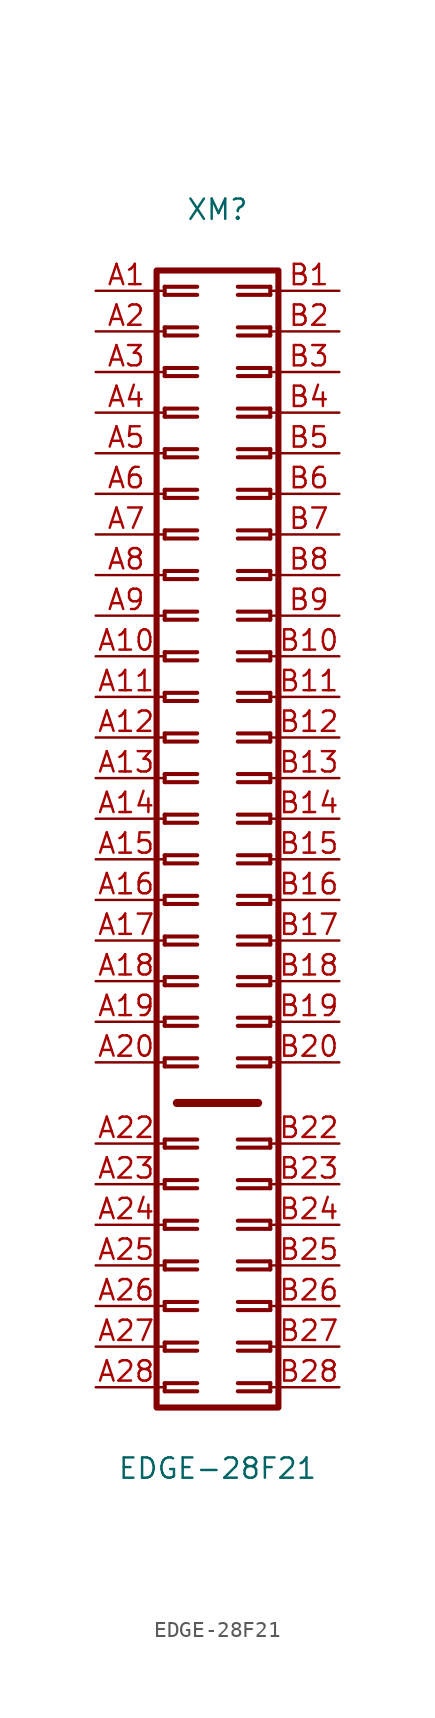
<source format=kicad_sym>
(kicad_symbol_lib
  (version 20231120)
  (generator "kicad_symbol_editor")
  (generator_version "8.0")
  (symbol "EDGE-28F21"
    (pin_names
      (offset 1.016))
    (property "Reference" "XM"
      (at 0 39.37 0)
      (effects (font (size 1.27 1.27))))
    (property "Value" "EDGE-28F21"
      (at 0 -39.37 0)
      (effects (font (size 1.27 1.27))))
    (symbol "EDGE-28F21_0_0"
      (polyline (pts (xy -2.54 -16.51) (xy 2.54 -16.51)) (stroke (width 0.508) (type default)) (fill (type none))))
    (symbol "EDGE-28F21_0_1"
      (rectangle (start -3.81 35.56) (end 3.81 -35.56) (stroke (width 0.381) (type default)) (fill (type none)))
      (polyline (pts (xy -3.81 -34.29) (xy -3.302 -34.29)) (stroke (width 0) (type default)) (fill (type none)))
      (polyline (pts (xy -3.81 -31.75) (xy -3.302 -31.75)) (stroke (width 0) (type default)) (fill (type none)))
      (polyline (pts (xy -3.81 -29.21) (xy -3.302 -29.21)) (stroke (width 0) (type default)) (fill (type none)))
      (polyline (pts (xy -3.81 -26.67) (xy -3.302 -26.67)) (stroke (width 0) (type default)) (fill (type none)))
      (polyline (pts (xy -3.81 -24.13) (xy -3.302 -24.13)) (stroke (width 0) (type default)) (fill (type none)))
      (polyline (pts (xy -3.81 -21.59) (xy -3.302 -21.59)) (stroke (width 0) (type default)) (fill (type none)))
      (polyline (pts (xy -3.81 -19.05) (xy -3.302 -19.05)) (stroke (width 0) (type default)) (fill (type none)))
      (polyline (pts (xy -3.81 -13.97) (xy -3.302 -13.97)) (stroke (width 0) (type default)) (fill (type none)))
      (polyline (pts (xy -3.81 -11.43) (xy -3.302 -11.43)) (stroke (width 0) (type default)) (fill (type none)))
      (polyline (pts (xy -3.81 -8.89) (xy -3.302 -8.89)) (stroke (width 0) (type default)) (fill (type none)))
      (polyline (pts (xy -3.81 -6.35) (xy -3.302 -6.35)) (stroke (width 0) (type default)) (fill (type none)))
      (polyline (pts (xy -3.81 -3.81) (xy -3.302 -3.81)) (stroke (width 0) (type default)) (fill (type none)))
      (polyline (pts (xy -3.81 -1.27) (xy -3.302 -1.27)) (stroke (width 0) (type default)) (fill (type none)))
      (polyline (pts (xy -3.81 1.27) (xy -3.302 1.27)) (stroke (width 0) (type default)) (fill (type none)))
      (polyline (pts (xy -3.81 3.81) (xy -3.302 3.81)) (stroke (width 0) (type default)) (fill (type none)))
      (polyline (pts (xy -3.81 6.35) (xy -3.302 6.35)) (stroke (width 0) (type default)) (fill (type none)))
      (polyline (pts (xy -3.81 8.89) (xy -3.302 8.89)) (stroke (width 0) (type default)) (fill (type none)))
      (polyline (pts (xy -3.81 11.43) (xy -3.302 11.43)) (stroke (width 0) (type default)) (fill (type none)))
      (polyline (pts (xy -3.81 13.97) (xy -3.302 13.97)) (stroke (width 0) (type default)) (fill (type none)))
      (polyline (pts (xy -3.81 16.51) (xy -3.302 16.51)) (stroke (width 0) (type default)) (fill (type none)))
      (polyline (pts (xy -3.81 19.05) (xy -3.302 19.05)) (stroke (width 0) (type default)) (fill (type none)))
      (polyline (pts (xy -3.81 21.59) (xy -3.302 21.59)) (stroke (width 0) (type default)) (fill (type none)))
      (polyline (pts (xy -3.81 24.13) (xy -3.302 24.13)) (stroke (width 0) (type default)) (fill (type none)))
      (polyline (pts (xy -3.81 26.67) (xy -3.302 26.67)) (stroke (width 0) (type default)) (fill (type none)))
      (polyline (pts (xy -3.81 29.21) (xy -3.302 29.21)) (stroke (width 0) (type default)) (fill (type none)))
      (polyline (pts (xy -3.81 31.75) (xy -3.302 31.75)) (stroke (width 0) (type default)) (fill (type none)))
      (polyline (pts (xy -3.81 34.29) (xy -3.302 34.29)) (stroke (width 0) (type default)) (fill (type none)))
      (polyline (pts (xy -3.302 -34.544) (xy -3.302 -34.036)) (stroke (width 0.254) (type default)) (fill (type none)))
      (polyline (pts (xy -3.302 -34.544) (xy -1.27 -34.544)) (stroke (width 0.254) (type default)) (fill (type none)))
      (polyline (pts (xy -3.302 -34.036) (xy -1.27 -34.036)) (stroke (width 0.254) (type default)) (fill (type none)))
      (polyline (pts (xy -3.302 -32.004) (xy -3.302 -31.496)) (stroke (width 0.254) (type default)) (fill (type none)))
      (polyline (pts (xy -3.302 -32.004) (xy -1.27 -32.004)) (stroke (width 0.254) (type default)) (fill (type none)))
      (polyline (pts (xy -3.302 -31.496) (xy -1.27 -31.496)) (stroke (width 0.254) (type default)) (fill (type none)))
      (polyline (pts (xy -3.302 -29.464) (xy -3.302 -28.956)) (stroke (width 0.254) (type default)) (fill (type none)))
      (polyline (pts (xy -3.302 -29.464) (xy -1.27 -29.464)) (stroke (width 0.254) (type default)) (fill (type none)))
      (polyline (pts (xy -3.302 -28.956) (xy -1.27 -28.956)) (stroke (width 0.254) (type default)) (fill (type none)))
      (polyline (pts (xy -3.302 -26.924) (xy -3.302 -26.416)) (stroke (width 0.254) (type default)) (fill (type none)))
      (polyline (pts (xy -3.302 -26.924) (xy -1.27 -26.924)) (stroke (width 0.254) (type default)) (fill (type none)))
      (polyline (pts (xy -3.302 -26.416) (xy -1.27 -26.416)) (stroke (width 0.254) (type default)) (fill (type none)))
      (polyline (pts (xy -3.302 -24.384) (xy -3.302 -23.876)) (stroke (width 0.254) (type default)) (fill (type none)))
      (polyline (pts (xy -3.302 -24.384) (xy -1.27 -24.384)) (stroke (width 0.254) (type default)) (fill (type none)))
      (polyline (pts (xy -3.302 -23.876) (xy -1.27 -23.876)) (stroke (width 0.254) (type default)) (fill (type none)))
      (polyline (pts (xy -3.302 -21.844) (xy -3.302 -21.336)) (stroke (width 0.254) (type default)) (fill (type none)))
      (polyline (pts (xy -3.302 -21.844) (xy -1.27 -21.844)) (stroke (width 0.254) (type default)) (fill (type none)))
      (polyline (pts (xy -3.302 -21.336) (xy -1.27 -21.336)) (stroke (width 0.254) (type default)) (fill (type none)))
      (polyline (pts (xy -3.302 -19.304) (xy -3.302 -18.796)) (stroke (width 0.254) (type default)) (fill (type none)))
      (polyline (pts (xy -3.302 -19.304) (xy -1.27 -19.304)) (stroke (width 0.254) (type default)) (fill (type none)))
      (polyline (pts (xy -3.302 -18.796) (xy -1.27 -18.796)) (stroke (width 0.254) (type default)) (fill (type none)))
      (polyline (pts (xy -3.302 -14.224) (xy -3.302 -13.716)) (stroke (width 0.254) (type default)) (fill (type none)))
      (polyline (pts (xy -3.302 -14.224) (xy -1.27 -14.224)) (stroke (width 0.254) (type default)) (fill (type none)))
      (polyline (pts (xy -3.302 -13.716) (xy -1.27 -13.716)) (stroke (width 0.254) (type default)) (fill (type none)))
      (polyline (pts (xy -3.302 -11.684) (xy -3.302 -11.176)) (stroke (width 0.254) (type default)) (fill (type none)))
      (polyline (pts (xy -3.302 -11.684) (xy -1.27 -11.684)) (stroke (width 0.254) (type default)) (fill (type none)))
      (polyline (pts (xy -3.302 -11.176) (xy -1.27 -11.176)) (stroke (width 0.254) (type default)) (fill (type none)))
      (polyline (pts (xy -3.302 -9.144) (xy -3.302 -8.636)) (stroke (width 0.254) (type default)) (fill (type none)))
      (polyline (pts (xy -3.302 -9.144) (xy -1.27 -9.144)) (stroke (width 0.254) (type default)) (fill (type none)))
      (polyline (pts (xy -3.302 -8.636) (xy -1.27 -8.636)) (stroke (width 0.254) (type default)) (fill (type none)))
      (polyline (pts (xy -3.302 -6.604) (xy -3.302 -6.096)) (stroke (width 0.254) (type default)) (fill (type none)))
      (polyline (pts (xy -3.302 -6.604) (xy -1.27 -6.604)) (stroke (width 0.254) (type default)) (fill (type none)))
      (polyline (pts (xy -3.302 -6.096) (xy -1.27 -6.096)) (stroke (width 0.254) (type default)) (fill (type none)))
      (polyline (pts (xy -3.302 -4.064) (xy -3.302 -3.556)) (stroke (width 0.254) (type default)) (fill (type none)))
      (polyline (pts (xy -3.302 -4.064) (xy -1.27 -4.064)) (stroke (width 0.254) (type default)) (fill (type none)))
      (polyline (pts (xy -3.302 -3.556) (xy -1.27 -3.556)) (stroke (width 0.254) (type default)) (fill (type none)))
      (polyline (pts (xy -3.302 -1.524) (xy -3.302 -1.016)) (stroke (width 0.254) (type default)) (fill (type none)))
      (polyline (pts (xy -3.302 -1.524) (xy -1.27 -1.524)) (stroke (width 0.254) (type default)) (fill (type none)))
      (polyline (pts (xy -3.302 -1.016) (xy -1.27 -1.016)) (stroke (width 0.254) (type default)) (fill (type none)))
      (polyline (pts (xy -3.302 1.016) (xy -3.302 1.524)) (stroke (width 0.254) (type default)) (fill (type none)))
      (polyline (pts (xy -3.302 1.016) (xy -1.27 1.016)) (stroke (width 0.254) (type default)) (fill (type none)))
      (polyline (pts (xy -3.302 1.524) (xy -1.27 1.524)) (stroke (width 0.254) (type default)) (fill (type none)))
      (polyline (pts (xy -3.302 3.556) (xy -3.302 4.064)) (stroke (width 0.254) (type default)) (fill (type none)))
      (polyline (pts (xy -3.302 3.556) (xy -1.27 3.556)) (stroke (width 0.254) (type default)) (fill (type none)))
      (polyline (pts (xy -3.302 4.064) (xy -1.27 4.064)) (stroke (width 0.254) (type default)) (fill (type none)))
      (polyline (pts (xy -3.302 6.096) (xy -3.302 6.604)) (stroke (width 0.254) (type default)) (fill (type none)))
      (polyline (pts (xy -3.302 6.096) (xy -1.27 6.096)) (stroke (width 0.254) (type default)) (fill (type none)))
      (polyline (pts (xy -3.302 6.604) (xy -1.27 6.604)) (stroke (width 0.254) (type default)) (fill (type none)))
      (polyline (pts (xy -3.302 8.636) (xy -3.302 9.144)) (stroke (width 0.254) (type default)) (fill (type none)))
      (polyline (pts (xy -3.302 8.636) (xy -1.27 8.636)) (stroke (width 0.254) (type default)) (fill (type none)))
      (polyline (pts (xy -3.302 9.144) (xy -1.27 9.144)) (stroke (width 0.254) (type default)) (fill (type none)))
      (polyline (pts (xy -3.302 11.176) (xy -3.302 11.684)) (stroke (width 0.254) (type default)) (fill (type none)))
      (polyline (pts (xy -3.302 11.176) (xy -1.27 11.176)) (stroke (width 0.254) (type default)) (fill (type none)))
      (polyline (pts (xy -3.302 11.684) (xy -1.27 11.684)) (stroke (width 0.254) (type default)) (fill (type none)))
      (polyline (pts (xy -3.302 13.716) (xy -3.302 14.224)) (stroke (width 0.254) (type default)) (fill (type none)))
      (polyline (pts (xy -3.302 13.716) (xy -1.27 13.716)) (stroke (width 0.254) (type default)) (fill (type none)))
      (polyline (pts (xy -3.302 14.224) (xy -1.27 14.224)) (stroke (width 0.254) (type default)) (fill (type none)))
      (polyline (pts (xy -3.302 16.256) (xy -3.302 16.764)) (stroke (width 0.254) (type default)) (fill (type none)))
      (polyline (pts (xy -3.302 16.256) (xy -1.27 16.256)) (stroke (width 0.254) (type default)) (fill (type none)))
      (polyline (pts (xy -3.302 16.764) (xy -1.27 16.764)) (stroke (width 0.254) (type default)) (fill (type none)))
      (polyline (pts (xy -3.302 18.796) (xy -3.302 19.304)) (stroke (width 0.254) (type default)) (fill (type none)))
      (polyline (pts (xy -3.302 18.796) (xy -1.27 18.796)) (stroke (width 0.254) (type default)) (fill (type none)))
      (polyline (pts (xy -3.302 19.304) (xy -1.27 19.304)) (stroke (width 0.254) (type default)) (fill (type none)))
      (polyline (pts (xy -3.302 21.336) (xy -3.302 21.844)) (stroke (width 0.254) (type default)) (fill (type none)))
      (polyline (pts (xy -3.302 21.336) (xy -1.27 21.336)) (stroke (width 0.254) (type default)) (fill (type none)))
      (polyline (pts (xy -3.302 21.844) (xy -1.27 21.844)) (stroke (width 0.254) (type default)) (fill (type none)))
      (polyline (pts (xy -3.302 23.876) (xy -3.302 24.384)) (stroke (width 0.254) (type default)) (fill (type none)))
      (polyline (pts (xy -3.302 23.876) (xy -1.27 23.876)) (stroke (width 0.254) (type default)) (fill (type none)))
      (polyline (pts (xy -3.302 24.384) (xy -1.27 24.384)) (stroke (width 0.254) (type default)) (fill (type none)))
      (polyline (pts (xy -3.302 26.416) (xy -3.302 26.924)) (stroke (width 0.254) (type default)) (fill (type none)))
      (polyline (pts (xy -3.302 26.416) (xy -1.27 26.416)) (stroke (width 0.254) (type default)) (fill (type none)))
      (polyline (pts (xy -3.302 26.924) (xy -1.27 26.924)) (stroke (width 0.254) (type default)) (fill (type none)))
      (polyline (pts (xy -3.302 28.956) (xy -3.302 29.464)) (stroke (width 0.254) (type default)) (fill (type none)))
      (polyline (pts (xy -3.302 28.956) (xy -1.27 28.956)) (stroke (width 0.254) (type default)) (fill (type none)))
      (polyline (pts (xy -3.302 29.464) (xy -1.27 29.464)) (stroke (width 0.254) (type default)) (fill (type none)))
      (polyline (pts (xy -3.302 31.496) (xy -3.302 32.004)) (stroke (width 0.254) (type default)) (fill (type none)))
      (polyline (pts (xy -3.302 31.496) (xy -1.27 31.496)) (stroke (width 0.254) (type default)) (fill (type none)))
      (polyline (pts (xy -3.302 32.004) (xy -1.27 32.004)) (stroke (width 0.254) (type default)) (fill (type none)))
      (polyline (pts (xy -3.302 34.036) (xy -3.302 34.544)) (stroke (width 0.254) (type default)) (fill (type none)))
      (polyline (pts (xy -3.302 34.036) (xy -1.27 34.036)) (stroke (width 0.254) (type default)) (fill (type none)))
      (polyline (pts (xy -3.302 34.544) (xy -1.27 34.544)) (stroke (width 0.254) (type default)) (fill (type none)))
      (polyline (pts (xy 3.302 -34.544) (xy 1.27 -34.544)) (stroke (width 0.254) (type default)) (fill (type none)))
      (polyline (pts (xy 3.302 -34.544) (xy 3.302 -34.036)) (stroke (width 0.254) (type default)) (fill (type none)))
      (polyline (pts (xy 3.302 -34.036) (xy 1.27 -34.036)) (stroke (width 0.254) (type default)) (fill (type none)))
      (polyline (pts (xy 3.302 -32.004) (xy 1.27 -32.004)) (stroke (width 0.254) (type default)) (fill (type none)))
      (polyline (pts (xy 3.302 -32.004) (xy 3.302 -31.496)) (stroke (width 0.254) (type default)) (fill (type none)))
      (polyline (pts (xy 3.302 -31.496) (xy 1.27 -31.496)) (stroke (width 0.254) (type default)) (fill (type none)))
      (polyline (pts (xy 3.302 -29.464) (xy 1.27 -29.464)) (stroke (width 0.254) (type default)) (fill (type none)))
      (polyline (pts (xy 3.302 -29.464) (xy 3.302 -28.956)) (stroke (width 0.254) (type default)) (fill (type none)))
      (polyline (pts (xy 3.302 -28.956) (xy 1.27 -28.956)) (stroke (width 0.254) (type default)) (fill (type none)))
      (polyline (pts (xy 3.302 -26.924) (xy 1.27 -26.924)) (stroke (width 0.254) (type default)) (fill (type none)))
      (polyline (pts (xy 3.302 -26.924) (xy 3.302 -26.416)) (stroke (width 0.254) (type default)) (fill (type none)))
      (polyline (pts (xy 3.302 -26.416) (xy 1.27 -26.416)) (stroke (width 0.254) (type default)) (fill (type none)))
      (polyline (pts (xy 3.302 -24.384) (xy 1.27 -24.384)) (stroke (width 0.254) (type default)) (fill (type none)))
      (polyline (pts (xy 3.302 -24.384) (xy 3.302 -23.876)) (stroke (width 0.254) (type default)) (fill (type none)))
      (polyline (pts (xy 3.302 -23.876) (xy 1.27 -23.876)) (stroke (width 0.254) (type default)) (fill (type none)))
      (polyline (pts (xy 3.302 -21.844) (xy 1.27 -21.844)) (stroke (width 0.254) (type default)) (fill (type none)))
      (polyline (pts (xy 3.302 -21.844) (xy 3.302 -21.336)) (stroke (width 0.254) (type default)) (fill (type none)))
      (polyline (pts (xy 3.302 -21.336) (xy 1.27 -21.336)) (stroke (width 0.254) (type default)) (fill (type none)))
      (polyline (pts (xy 3.302 -19.304) (xy 1.27 -19.304)) (stroke (width 0.254) (type default)) (fill (type none)))
      (polyline (pts (xy 3.302 -19.304) (xy 3.302 -18.796)) (stroke (width 0.254) (type default)) (fill (type none)))
      (polyline (pts (xy 3.302 -18.796) (xy 1.27 -18.796)) (stroke (width 0.254) (type default)) (fill (type none)))
      (polyline (pts (xy 3.302 -14.224) (xy 1.27 -14.224)) (stroke (width 0.254) (type default)) (fill (type none)))
      (polyline (pts (xy 3.302 -14.224) (xy 3.302 -13.716)) (stroke (width 0.254) (type default)) (fill (type none)))
      (polyline (pts (xy 3.302 -13.716) (xy 1.27 -13.716)) (stroke (width 0.254) (type default)) (fill (type none)))
      (polyline (pts (xy 3.302 -11.684) (xy 1.27 -11.684)) (stroke (width 0.254) (type default)) (fill (type none)))
      (polyline (pts (xy 3.302 -11.684) (xy 3.302 -11.176)) (stroke (width 0.254) (type default)) (fill (type none)))
      (polyline (pts (xy 3.302 -11.176) (xy 1.27 -11.176)) (stroke (width 0.254) (type default)) (fill (type none)))
      (polyline (pts (xy 3.302 -9.144) (xy 1.27 -9.144)) (stroke (width 0.254) (type default)) (fill (type none)))
      (polyline (pts (xy 3.302 -9.144) (xy 3.302 -8.636)) (stroke (width 0.254) (type default)) (fill (type none)))
      (polyline (pts (xy 3.302 -8.636) (xy 1.27 -8.636)) (stroke (width 0.254) (type default)) (fill (type none)))
      (polyline (pts (xy 3.302 -6.604) (xy 1.27 -6.604)) (stroke (width 0.254) (type default)) (fill (type none)))
      (polyline (pts (xy 3.302 -6.604) (xy 3.302 -6.096)) (stroke (width 0.254) (type default)) (fill (type none)))
      (polyline (pts (xy 3.302 -6.096) (xy 1.27 -6.096)) (stroke (width 0.254) (type default)) (fill (type none)))
      (polyline (pts (xy 3.302 -4.064) (xy 1.27 -4.064)) (stroke (width 0.254) (type default)) (fill (type none)))
      (polyline (pts (xy 3.302 -4.064) (xy 3.302 -3.556)) (stroke (width 0.254) (type default)) (fill (type none)))
      (polyline (pts (xy 3.302 -3.556) (xy 1.27 -3.556)) (stroke (width 0.254) (type default)) (fill (type none)))
      (polyline (pts (xy 3.302 -1.524) (xy 1.27 -1.524)) (stroke (width 0.254) (type default)) (fill (type none)))
      (polyline (pts (xy 3.302 -1.524) (xy 3.302 -1.016)) (stroke (width 0.254) (type default)) (fill (type none)))
      (polyline (pts (xy 3.302 -1.016) (xy 1.27 -1.016)) (stroke (width 0.254) (type default)) (fill (type none)))
      (polyline (pts (xy 3.302 1.016) (xy 1.27 1.016)) (stroke (width 0.254) (type default)) (fill (type none)))
      (polyline (pts (xy 3.302 1.016) (xy 3.302 1.524)) (stroke (width 0.254) (type default)) (fill (type none)))
      (polyline (pts (xy 3.302 1.524) (xy 1.27 1.524)) (stroke (width 0.254) (type default)) (fill (type none)))
      (polyline (pts (xy 3.302 3.556) (xy 1.27 3.556)) (stroke (width 0.254) (type default)) (fill (type none)))
      (polyline (pts (xy 3.302 3.556) (xy 3.302 4.064)) (stroke (width 0.254) (type default)) (fill (type none)))
      (polyline (pts (xy 3.302 4.064) (xy 1.27 4.064)) (stroke (width 0.254) (type default)) (fill (type none)))
      (polyline (pts (xy 3.302 6.096) (xy 1.27 6.096)) (stroke (width 0.254) (type default)) (fill (type none)))
      (polyline (pts (xy 3.302 6.096) (xy 3.302 6.604)) (stroke (width 0.254) (type default)) (fill (type none)))
      (polyline (pts (xy 3.302 6.604) (xy 1.27 6.604)) (stroke (width 0.254) (type default)) (fill (type none)))
      (polyline (pts (xy 3.302 8.636) (xy 1.27 8.636)) (stroke (width 0.254) (type default)) (fill (type none)))
      (polyline (pts (xy 3.302 8.636) (xy 3.302 9.144)) (stroke (width 0.254) (type default)) (fill (type none)))
      (polyline (pts (xy 3.302 9.144) (xy 1.27 9.144)) (stroke (width 0.254) (type default)) (fill (type none)))
      (polyline (pts (xy 3.302 11.176) (xy 1.27 11.176)) (stroke (width 0.254) (type default)) (fill (type none)))
      (polyline (pts (xy 3.302 11.176) (xy 3.302 11.684)) (stroke (width 0.254) (type default)) (fill (type none)))
      (polyline (pts (xy 3.302 11.684) (xy 1.27 11.684)) (stroke (width 0.254) (type default)) (fill (type none)))
      (polyline (pts (xy 3.302 13.716) (xy 1.27 13.716)) (stroke (width 0.254) (type default)) (fill (type none)))
      (polyline (pts (xy 3.302 13.716) (xy 3.302 14.224)) (stroke (width 0.254) (type default)) (fill (type none)))
      (polyline (pts (xy 3.302 14.224) (xy 1.27 14.224)) (stroke (width 0.254) (type default)) (fill (type none)))
      (polyline (pts (xy 3.302 16.256) (xy 1.27 16.256)) (stroke (width 0.254) (type default)) (fill (type none)))
      (polyline (pts (xy 3.302 16.256) (xy 3.302 16.764)) (stroke (width 0.254) (type default)) (fill (type none)))
      (polyline (pts (xy 3.302 16.764) (xy 1.27 16.764)) (stroke (width 0.254) (type default)) (fill (type none)))
      (polyline (pts (xy 3.302 18.796) (xy 1.27 18.796)) (stroke (width 0.254) (type default)) (fill (type none)))
      (polyline (pts (xy 3.302 18.796) (xy 3.302 19.304)) (stroke (width 0.254) (type default)) (fill (type none)))
      (polyline (pts (xy 3.302 19.304) (xy 1.27 19.304)) (stroke (width 0.254) (type default)) (fill (type none)))
      (polyline (pts (xy 3.302 21.336) (xy 1.27 21.336)) (stroke (width 0.254) (type default)) (fill (type none)))
      (polyline (pts (xy 3.302 21.336) (xy 3.302 21.844)) (stroke (width 0.254) (type default)) (fill (type none)))
      (polyline (pts (xy 3.302 21.844) (xy 1.27 21.844)) (stroke (width 0.254) (type default)) (fill (type none)))
      (polyline (pts (xy 3.302 23.876) (xy 1.27 23.876)) (stroke (width 0.254) (type default)) (fill (type none)))
      (polyline (pts (xy 3.302 23.876) (xy 3.302 24.384)) (stroke (width 0.254) (type default)) (fill (type none)))
      (polyline (pts (xy 3.302 24.384) (xy 1.27 24.384)) (stroke (width 0.254) (type default)) (fill (type none)))
      (polyline (pts (xy 3.302 26.416) (xy 1.27 26.416)) (stroke (width 0.254) (type default)) (fill (type none)))
      (polyline (pts (xy 3.302 26.416) (xy 3.302 26.924)) (stroke (width 0.254) (type default)) (fill (type none)))
      (polyline (pts (xy 3.302 26.924) (xy 1.27 26.924)) (stroke (width 0.254) (type default)) (fill (type none)))
      (polyline (pts (xy 3.302 28.956) (xy 1.27 28.956)) (stroke (width 0.254) (type default)) (fill (type none)))
      (polyline (pts (xy 3.302 28.956) (xy 3.302 29.464)) (stroke (width 0.254) (type default)) (fill (type none)))
      (polyline (pts (xy 3.302 29.464) (xy 1.27 29.464)) (stroke (width 0.254) (type default)) (fill (type none)))
      (polyline (pts (xy 3.302 31.496) (xy 1.27 31.496)) (stroke (width 0.254) (type default)) (fill (type none)))
      (polyline (pts (xy 3.302 31.496) (xy 3.302 32.004)) (stroke (width 0.254) (type default)) (fill (type none)))
      (polyline (pts (xy 3.302 32.004) (xy 1.27 32.004)) (stroke (width 0.254) (type default)) (fill (type none)))
      (polyline (pts (xy 3.302 34.036) (xy 1.27 34.036)) (stroke (width 0.254) (type default)) (fill (type none)))
      (polyline (pts (xy 3.302 34.036) (xy 3.302 34.544)) (stroke (width 0.254) (type default)) (fill (type none)))
      (polyline (pts (xy 3.302 34.544) (xy 1.27 34.544)) (stroke (width 0.254) (type default)) (fill (type none)))
      (polyline (pts (xy 3.81 -34.29) (xy 3.302 -34.29)) (stroke (width 0) (type default)) (fill (type none)))
      (polyline (pts (xy 3.81 -31.75) (xy 3.302 -31.75)) (stroke (width 0) (type default)) (fill (type none)))
      (polyline (pts (xy 3.81 -29.21) (xy 3.302 -29.21)) (stroke (width 0) (type default)) (fill (type none)))
      (polyline (pts (xy 3.81 -26.67) (xy 3.302 -26.67)) (stroke (width 0) (type default)) (fill (type none)))
      (polyline (pts (xy 3.81 -24.13) (xy 3.302 -24.13)) (stroke (width 0) (type default)) (fill (type none)))
      (polyline (pts (xy 3.81 -21.59) (xy 3.302 -21.59)) (stroke (width 0) (type default)) (fill (type none)))
      (polyline (pts (xy 3.81 -19.05) (xy 3.302 -19.05)) (stroke (width 0) (type default)) (fill (type none)))
      (polyline (pts (xy 3.81 -13.97) (xy 3.302 -13.97)) (stroke (width 0) (type default)) (fill (type none)))
      (polyline (pts (xy 3.81 -11.43) (xy 3.302 -11.43)) (stroke (width 0) (type default)) (fill (type none)))
      (polyline (pts (xy 3.81 -8.89) (xy 3.302 -8.89)) (stroke (width 0) (type default)) (fill (type none)))
      (polyline (pts (xy 3.81 -6.35) (xy 3.302 -6.35)) (stroke (width 0) (type default)) (fill (type none)))
      (polyline (pts (xy 3.81 -3.81) (xy 3.302 -3.81)) (stroke (width 0) (type default)) (fill (type none)))
      (polyline (pts (xy 3.81 -1.27) (xy 3.302 -1.27)) (stroke (width 0) (type default)) (fill (type none)))
      (polyline (pts (xy 3.81 1.27) (xy 3.302 1.27)) (stroke (width 0) (type default)) (fill (type none)))
      (polyline (pts (xy 3.81 3.81) (xy 3.302 3.81)) (stroke (width 0) (type default)) (fill (type none)))
      (polyline (pts (xy 3.81 6.35) (xy 3.302 6.35)) (stroke (width 0) (type default)) (fill (type none)))
      (polyline (pts (xy 3.81 8.89) (xy 3.302 8.89)) (stroke (width 0) (type default)) (fill (type none)))
      (polyline (pts (xy 3.81 11.43) (xy 3.302 11.43)) (stroke (width 0) (type default)) (fill (type none)))
      (polyline (pts (xy 3.81 13.97) (xy 3.302 13.97)) (stroke (width 0) (type default)) (fill (type none)))
      (polyline (pts (xy 3.81 16.51) (xy 3.302 16.51)) (stroke (width 0) (type default)) (fill (type none)))
      (polyline (pts (xy 3.81 19.05) (xy 3.302 19.05)) (stroke (width 0) (type default)) (fill (type none)))
      (polyline (pts (xy 3.81 21.59) (xy 3.302 21.59)) (stroke (width 0) (type default)) (fill (type none)))
      (polyline (pts (xy 3.81 24.13) (xy 3.302 24.13)) (stroke (width 0) (type default)) (fill (type none)))
      (polyline (pts (xy 3.81 26.67) (xy 3.302 26.67)) (stroke (width 0) (type default)) (fill (type none)))
      (polyline (pts (xy 3.81 29.21) (xy 3.302 29.21)) (stroke (width 0) (type default)) (fill (type none)))
      (polyline (pts (xy 3.81 31.75) (xy 3.302 31.75)) (stroke (width 0) (type default)) (fill (type none)))
      (polyline (pts (xy 3.81 34.29) (xy 3.302 34.29)) (stroke (width 0) (type default)) (fill (type none))))
    (symbol "EDGE-28F21_1_1"
      (pin passive line (at -7.62 34.29 0) (length 3.81) (name "~" (effects (font (size 1.27 1.27)))) (number "A1" (effects (font (size 1.27 1.27)))))
      (pin passive line (at -7.62 11.43 0) (length 3.81) (name "~" (effects (font (size 1.27 1.27)))) (number "A10" (effects (font (size 1.27 1.27)))))
      (pin passive line (at -7.62 8.89 0) (length 3.81) (name "~" (effects (font (size 1.27 1.27)))) (number "A11" (effects (font (size 1.27 1.27)))))
      (pin passive line (at -7.62 6.35 0) (length 3.81) (name "~" (effects (font (size 1.27 1.27)))) (number "A12" (effects (font (size 1.27 1.27)))))
      (pin passive line (at -7.62 3.81 0) (length 3.81) (name "~" (effects (font (size 1.27 1.27)))) (number "A13" (effects (font (size 1.27 1.27)))))
      (pin passive line (at -7.62 1.27 0) (length 3.81) (name "~" (effects (font (size 1.27 1.27)))) (number "A14" (effects (font (size 1.27 1.27)))))
      (pin passive line (at -7.62 -1.27 0) (length 3.81) (name "~" (effects (font (size 1.27 1.27)))) (number "A15" (effects (font (size 1.27 1.27)))))
      (pin passive line (at -7.62 -3.81 0) (length 3.81) (name "~" (effects (font (size 1.27 1.27)))) (number "A16" (effects (font (size 1.27 1.27)))))
      (pin passive line (at -7.62 -6.35 0) (length 3.81) (name "~" (effects (font (size 1.27 1.27)))) (number "A17" (effects (font (size 1.27 1.27)))))
      (pin passive line (at -7.62 -8.89 0) (length 3.81) (name "~" (effects (font (size 1.27 1.27)))) (number "A18" (effects (font (size 1.27 1.27)))))
      (pin passive line (at -7.62 -11.43 0) (length 3.81) (name "~" (effects (font (size 1.27 1.27)))) (number "A19" (effects (font (size 1.27 1.27)))))
      (pin passive line (at -7.62 31.75 0) (length 3.81) (name "~" (effects (font (size 1.27 1.27)))) (number "A2" (effects (font (size 1.27 1.27)))))
      (pin passive line (at -7.62 -13.97 0) (length 3.81) (name "~" (effects (font (size 1.27 1.27)))) (number "A20" (effects (font (size 1.27 1.27)))))
      (pin passive line (at -7.62 -19.05 0) (length 3.81) (name "~" (effects (font (size 1.27 1.27)))) (number "A22" (effects (font (size 1.27 1.27)))))
      (pin passive line (at -7.62 -21.59 0) (length 3.81) (name "~" (effects (font (size 1.27 1.27)))) (number "A23" (effects (font (size 1.27 1.27)))))
      (pin passive line (at -7.62 -24.13 0) (length 3.81) (name "~" (effects (font (size 1.27 1.27)))) (number "A24" (effects (font (size 1.27 1.27)))))
      (pin passive line (at -7.62 -26.67 0) (length 3.81) (name "~" (effects (font (size 1.27 1.27)))) (number "A25" (effects (font (size 1.27 1.27)))))
      (pin passive line (at -7.62 -29.21 0) (length 3.81) (name "~" (effects (font (size 1.27 1.27)))) (number "A26" (effects (font (size 1.27 1.27)))))
      (pin passive line (at -7.62 -31.75 0) (length 3.81) (name "~" (effects (font (size 1.27 1.27)))) (number "A27" (effects (font (size 1.27 1.27)))))
      (pin passive line (at -7.62 -34.29 0) (length 3.81) (name "~" (effects (font (size 1.27 1.27)))) (number "A28" (effects (font (size 1.27 1.27)))))
      (pin passive line (at -7.62 29.21 0) (length 3.81) (name "~" (effects (font (size 1.27 1.27)))) (number "A3" (effects (font (size 1.27 1.27)))))
      (pin passive line (at -7.62 26.67 0) (length 3.81) (name "~" (effects (font (size 1.27 1.27)))) (number "A4" (effects (font (size 1.27 1.27)))))
      (pin passive line (at -7.62 24.13 0) (length 3.81) (name "~" (effects (font (size 1.27 1.27)))) (number "A5" (effects (font (size 1.27 1.27)))))
      (pin passive line (at -7.62 21.59 0) (length 3.81) (name "~" (effects (font (size 1.27 1.27)))) (number "A6" (effects (font (size 1.27 1.27)))))
      (pin passive line (at -7.62 19.05 0) (length 3.81) (name "~" (effects (font (size 1.27 1.27)))) (number "A7" (effects (font (size 1.27 1.27)))))
      (pin passive line (at -7.62 16.51 0) (length 3.81) (name "~" (effects (font (size 1.27 1.27)))) (number "A8" (effects (font (size 1.27 1.27)))))
      (pin passive line (at -7.62 13.97 0) (length 3.81) (name "~" (effects (font (size 1.27 1.27)))) (number "A9" (effects (font (size 1.27 1.27)))))
      (pin passive line (at 7.62 34.29 180) (length 3.81) (name "~" (effects (font (size 1.27 1.27)))) (number "B1" (effects (font (size 1.27 1.27)))))
      (pin passive line (at 7.62 11.43 180) (length 3.81) (name "~" (effects (font (size 1.27 1.27)))) (number "B10" (effects (font (size 1.27 1.27)))))
      (pin passive line (at 7.62 8.89 180) (length 3.81) (name "~" (effects (font (size 1.27 1.27)))) (number "B11" (effects (font (size 1.27 1.27)))))
      (pin passive line (at 7.62 6.35 180) (length 3.81) (name "~" (effects (font (size 1.27 1.27)))) (number "B12" (effects (font (size 1.27 1.27)))))
      (pin passive line (at 7.62 3.81 180) (length 3.81) (name "~" (effects (font (size 1.27 1.27)))) (number "B13" (effects (font (size 1.27 1.27)))))
      (pin passive line (at 7.62 1.27 180) (length 3.81) (name "~" (effects (font (size 1.27 1.27)))) (number "B14" (effects (font (size 1.27 1.27)))))
      (pin passive line (at 7.62 -1.27 180) (length 3.81) (name "~" (effects (font (size 1.27 1.27)))) (number "B15" (effects (font (size 1.27 1.27)))))
      (pin passive line (at 7.62 -3.81 180) (length 3.81) (name "~" (effects (font (size 1.27 1.27)))) (number "B16" (effects (font (size 1.27 1.27)))))
      (pin passive line (at 7.62 -6.35 180) (length 3.81) (name "~" (effects (font (size 1.27 1.27)))) (number "B17" (effects (font (size 1.27 1.27)))))
      (pin passive line (at 7.62 -8.89 180) (length 3.81) (name "~" (effects (font (size 1.27 1.27)))) (number "B18" (effects (font (size 1.27 1.27)))))
      (pin passive line (at 7.62 -11.43 180) (length 3.81) (name "~" (effects (font (size 1.27 1.27)))) (number "B19" (effects (font (size 1.27 1.27)))))
      (pin passive line (at 7.62 31.75 180) (length 3.81) (name "~" (effects (font (size 1.27 1.27)))) (number "B2" (effects (font (size 1.27 1.27)))))
      (pin passive line (at 7.62 -13.97 180) (length 3.81) (name "~" (effects (font (size 1.27 1.27)))) (number "B20" (effects (font (size 1.27 1.27)))))
      (pin passive line (at 7.62 -19.05 180) (length 3.81) (name "~" (effects (font (size 1.27 1.27)))) (number "B22" (effects (font (size 1.27 1.27)))))
      (pin passive line (at 7.62 -21.59 180) (length 3.81) (name "~" (effects (font (size 1.27 1.27)))) (number "B23" (effects (font (size 1.27 1.27)))))
      (pin passive line (at 7.62 -24.13 180) (length 3.81) (name "~" (effects (font (size 1.27 1.27)))) (number "B24" (effects (font (size 1.27 1.27)))))
      (pin passive line (at 7.62 -26.67 180) (length 3.81) (name "~" (effects (font (size 1.27 1.27)))) (number "B25" (effects (font (size 1.27 1.27)))))
      (pin passive line (at 7.62 -29.21 180) (length 3.81) (name "~" (effects (font (size 1.27 1.27)))) (number "B26" (effects (font (size 1.27 1.27)))))
      (pin passive line (at 7.62 -31.75 180) (length 3.81) (name "~" (effects (font (size 1.27 1.27)))) (number "B27" (effects (font (size 1.27 1.27)))))
      (pin passive line (at 7.62 -34.29 180) (length 3.81) (name "~" (effects (font (size 1.27 1.27)))) (number "B28" (effects (font (size 1.27 1.27)))))
      (pin passive line (at 7.62 29.21 180) (length 3.81) (name "~" (effects (font (size 1.27 1.27)))) (number "B3" (effects (font (size 1.27 1.27)))))
      (pin passive line (at 7.62 26.67 180) (length 3.81) (name "~" (effects (font (size 1.27 1.27)))) (number "B4" (effects (font (size 1.27 1.27)))))
      (pin passive line (at 7.62 24.13 180) (length 3.81) (name "~" (effects (font (size 1.27 1.27)))) (number "B5" (effects (font (size 1.27 1.27)))))
      (pin passive line (at 7.62 21.59 180) (length 3.81) (name "~" (effects (font (size 1.27 1.27)))) (number "B6" (effects (font (size 1.27 1.27)))))
      (pin passive line (at 7.62 19.05 180) (length 3.81) (name "~" (effects (font (size 1.27 1.27)))) (number "B7" (effects (font (size 1.27 1.27)))))
      (pin passive line (at 7.62 16.51 180) (length 3.81) (name "~" (effects (font (size 1.27 1.27)))) (number "B8" (effects (font (size 1.27 1.27)))))
      (pin passive line (at 7.62 13.97 180) (length 3.81) (name "~" (effects (font (size 1.27 1.27)))) (number "B9" (effects (font (size 1.27 1.27))))))))
</source>
